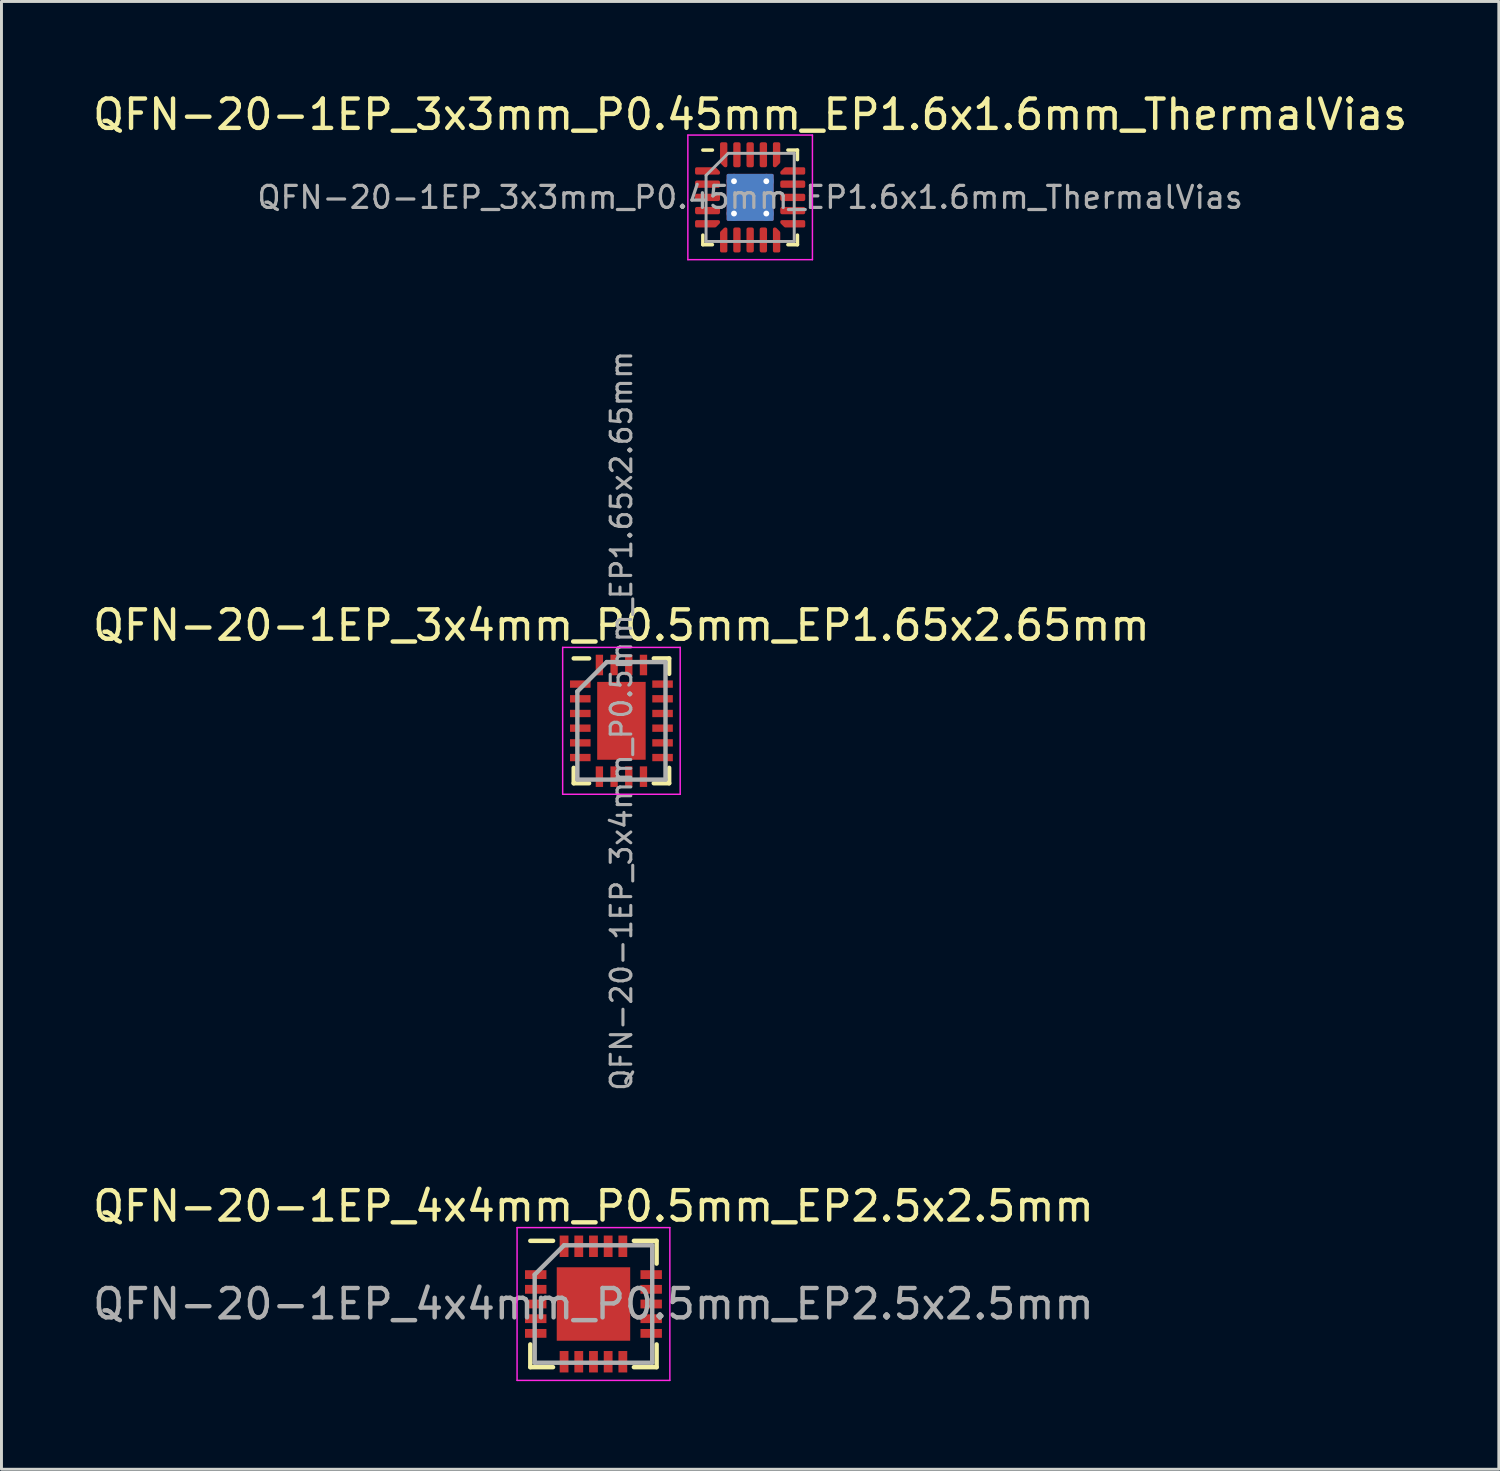
<source format=kicad_pcb>
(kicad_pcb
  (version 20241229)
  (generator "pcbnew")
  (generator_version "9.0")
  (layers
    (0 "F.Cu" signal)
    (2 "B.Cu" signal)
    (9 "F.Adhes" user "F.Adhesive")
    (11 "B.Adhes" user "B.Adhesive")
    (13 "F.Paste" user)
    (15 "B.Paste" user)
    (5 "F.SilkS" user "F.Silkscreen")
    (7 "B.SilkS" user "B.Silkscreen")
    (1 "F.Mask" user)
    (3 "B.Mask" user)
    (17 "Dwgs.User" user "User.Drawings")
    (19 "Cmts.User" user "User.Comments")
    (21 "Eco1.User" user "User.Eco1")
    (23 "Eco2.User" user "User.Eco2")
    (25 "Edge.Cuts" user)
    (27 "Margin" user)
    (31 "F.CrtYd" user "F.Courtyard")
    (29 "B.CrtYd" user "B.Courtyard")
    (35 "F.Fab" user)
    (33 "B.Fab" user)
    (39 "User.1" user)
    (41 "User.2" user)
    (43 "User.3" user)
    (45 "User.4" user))
  (footprint "QFN-20-1EP_3x4mm_P0.5mm_EP1.65x2.65mm"
    (layer "F.Cu")
    (at 18.101 21.484)
    (property "Reference" "QFN-20-1EP_3x4mm_P0.5mm_EP1.65x2.65mm" (at 0 -3.25 0) (layer "F.SilkS") (effects (font (size 1 1) (thickness 0.15))))
    (attr smd)
    (fp_line (start -1.625 -2.125) (end -1.1 -2.125) (stroke (width 0.15) (type solid)) (layer "F.SilkS"))
    (fp_line (start -1.625 2.125) (end -1.625 1.6) (stroke (width 0.15) (type solid)) (layer "F.SilkS"))
    (fp_line (start -1.625 2.125) (end -1.1 2.125) (stroke (width 0.15) (type solid)) (layer "F.SilkS"))
    (fp_line (start 1.625 -2.125) (end 1.1 -2.125) (stroke (width 0.15) (type solid)) (layer "F.SilkS"))
    (fp_line (start 1.625 -2.125) (end 1.625 -1.6) (stroke (width 0.15) (type solid)) (layer "F.SilkS"))
    (fp_line (start 1.625 2.125) (end 1.1 2.125) (stroke (width 0.15) (type solid)) (layer "F.SilkS"))
    (fp_line (start 1.625 2.125) (end 1.625 1.6) (stroke (width 0.15) (type solid)) (layer "F.SilkS"))
    (fp_line (start -2 -2.5) (end -2 2.5) (stroke (width 0.05) (type solid)) (layer "F.CrtYd"))
    (fp_line (start -2 -2.5) (end 2 -2.5) (stroke (width 0.05) (type solid)) (layer "F.CrtYd"))
    (fp_line (start -2 2.5) (end 2 2.5) (stroke (width 0.05) (type solid)) (layer "F.CrtYd"))
    (fp_line (start 2 -2.5) (end 2 2.5) (stroke (width 0.05) (type solid)) (layer "F.CrtYd"))
    (fp_line (start -1.5 -1) (end -0.5 -2) (stroke (width 0.15) (type solid)) (layer "F.Fab"))
    (fp_line (start -1.5 2) (end -1.5 -1) (stroke (width 0.15) (type solid)) (layer "F.Fab"))
    (fp_line (start -0.5 -2) (end 1.5 -2) (stroke (width 0.15) (type solid)) (layer "F.Fab"))
    (fp_line (start 1.5 -2) (end 1.5 2) (stroke (width 0.15) (type solid)) (layer "F.Fab"))
    (fp_line (start 1.5 2) (end -1.5 2) (stroke (width 0.15) (type solid)) (layer "F.Fab"))
    (fp_text user "${REFERENCE}" (at 0 0 90) (layer "F.Fab") (effects (font (size 0.7 0.7) (thickness 0.105))))
    (pad "" smd rect (at -0.412 -0.883) (size 0.67 0.71) (layers "F.Paste"))
    (pad "" smd rect (at -0.412 0) (size 0.67 0.71) (layers "F.Paste"))
    (pad "" smd rect (at -0.412 0.883) (size 0.67 0.71) (layers "F.Paste"))
    (pad "" smd rect (at 0.412 -0.883) (size 0.67 0.71) (layers "F.Paste"))
    (pad "" smd rect (at 0.412 0) (size 0.67 0.71) (layers "F.Paste"))
    (pad "" smd rect (at 0.412 0.883) (size 0.67 0.71) (layers "F.Paste"))
    (pad "1" smd rect (at -1.4 -1.25) (size 0.7 0.25) (layers "F.Cu" "F.Mask" "F.Paste"))
    (pad "2" smd rect (at -1.4 -0.75) (size 0.7 0.25) (layers "F.Cu" "F.Mask" "F.Paste"))
    (pad "3" smd rect (at -1.4 -0.25) (size 0.7 0.25) (layers "F.Cu" "F.Mask" "F.Paste"))
    (pad "4" smd rect (at -1.4 0.25) (size 0.7 0.25) (layers "F.Cu" "F.Mask" "F.Paste"))
    (pad "5" smd rect (at -1.4 0.75) (size 0.7 0.25) (layers "F.Cu" "F.Mask" "F.Paste"))
    (pad "6" smd rect (at -1.4 1.25) (size 0.7 0.25) (layers "F.Cu" "F.Mask" "F.Paste"))
    (pad "7" smd rect (at -0.75 1.9 90) (size 0.7 0.25) (layers "F.Cu" "F.Mask" "F.Paste"))
    (pad "8" smd rect (at -0.25 1.9 90) (size 0.7 0.25) (layers "F.Cu" "F.Mask" "F.Paste"))
    (pad "9" smd rect (at 0.25 1.9 90) (size 0.7 0.25) (layers "F.Cu" "F.Mask" "F.Paste"))
    (pad "10" smd rect (at 0.75 1.9 90) (size 0.7 0.25) (layers "F.Cu" "F.Mask" "F.Paste"))
    (pad "11" smd rect (at 1.4 1.25) (size 0.7 0.25) (layers "F.Cu" "F.Mask" "F.Paste"))
    (pad "12" smd rect (at 1.4 0.75) (size 0.7 0.25) (layers "F.Cu" "F.Mask" "F.Paste"))
    (pad "13" smd rect (at 1.4 0.25) (size 0.7 0.25) (layers "F.Cu" "F.Mask" "F.Paste"))
    (pad "14" smd rect (at 1.4 -0.25) (size 0.7 0.25) (layers "F.Cu" "F.Mask" "F.Paste"))
    (pad "15" smd rect (at 1.4 -0.75) (size 0.7 0.25) (layers "F.Cu" "F.Mask" "F.Paste"))
    (pad "16" smd rect (at 1.4 -1.25) (size 0.7 0.25) (layers "F.Cu" "F.Mask" "F.Paste"))
    (pad "17" smd rect (at 0.75 -1.9 90) (size 0.7 0.25) (layers "F.Cu" "F.Mask" "F.Paste"))
    (pad "18" smd rect (at 0.25 -1.9 90) (size 0.7 0.25) (layers "F.Cu" "F.Mask" "F.Paste"))
    (pad "19" smd rect (at -0.25 -1.9 90) (size 0.7 0.25) (layers "F.Cu" "F.Mask" "F.Paste"))
    (pad "20" smd rect (at -0.75 -1.9 90) (size 0.7 0.25) (layers "F.Cu" "F.Mask" "F.Paste"))
    (pad "21" smd rect (at 0 0) (size 1.65 2.65) (layers "F.Cu" "F.Mask")))
  (footprint "QFN-20-1EP_3x3mm_P0.45mm_EP1.6x1.6mm_ThermalVias"
    (layer "F.Cu")
    (at 22.482 3.668)
    (property "Reference" "QFN-20-1EP_3x3mm_P0.45mm_EP1.6x1.6mm_ThermalVias" (at 0 -2.82 0) (layer "F.SilkS") (effects (font (size 1 1) (thickness 0.15))))
    (attr smd)
    (fp_line (start -1.61 1.61) (end -1.61 1.285) (stroke (width 0.12) (type solid)) (layer "F.SilkS"))
    (fp_line (start -1.285 -1.61) (end -1.61 -1.61) (stroke (width 0.12) (type solid)) (layer "F.SilkS"))
    (fp_line (start -1.285 1.61) (end -1.61 1.61) (stroke (width 0.12) (type solid)) (layer "F.SilkS"))
    (fp_line (start 1.285 -1.61) (end 1.61 -1.61) (stroke (width 0.12) (type solid)) (layer "F.SilkS"))
    (fp_line (start 1.285 1.61) (end 1.61 1.61) (stroke (width 0.12) (type solid)) (layer "F.SilkS"))
    (fp_line (start 1.61 -1.61) (end 1.61 -1.285) (stroke (width 0.12) (type solid)) (layer "F.SilkS"))
    (fp_line (start 1.61 1.61) (end 1.61 1.285) (stroke (width 0.12) (type solid)) (layer "F.SilkS"))
    (fp_line (start -2.12 -2.12) (end -2.12 2.12) (stroke (width 0.05) (type solid)) (layer "F.CrtYd"))
    (fp_line (start -2.12 2.12) (end 2.12 2.12) (stroke (width 0.05) (type solid)) (layer "F.CrtYd"))
    (fp_line (start 2.12 -2.12) (end -2.12 -2.12) (stroke (width 0.05) (type solid)) (layer "F.CrtYd"))
    (fp_line (start 2.12 2.12) (end 2.12 -2.12) (stroke (width 0.05) (type solid)) (layer "F.CrtYd"))
    (fp_line (start -1.5 -0.75) (end -0.75 -1.5) (stroke (width 0.1) (type solid)) (layer "F.Fab"))
    (fp_line (start -1.5 1.5) (end -1.5 -0.75) (stroke (width 0.1) (type solid)) (layer "F.Fab"))
    (fp_line (start -0.75 -1.5) (end 1.5 -1.5) (stroke (width 0.1) (type solid)) (layer "F.Fab"))
    (fp_line (start 1.5 -1.5) (end 1.5 1.5) (stroke (width 0.1) (type solid)) (layer "F.Fab"))
    (fp_line (start 1.5 1.5) (end -1.5 1.5) (stroke (width 0.1) (type solid)) (layer "F.Fab"))
    (fp_text user "${REFERENCE}" (at 0 0 0) (layer "F.Fab") (effects (font (size 0.75 0.75) (thickness 0.11))))
    (pad "" smd roundrect (at -0.4 -0.4) (size 0.69 0.69) (layers "F.Paste") (roundrect_rratio 0.25))
    (pad "" smd roundrect (at -0.4 0.4) (size 0.69 0.69) (layers "F.Paste") (roundrect_rratio 0.25))
    (pad "" smd roundrect (at 0.4 -0.4) (size 0.69 0.69) (layers "F.Paste") (roundrect_rratio 0.25))
    (pad "" smd roundrect (at 0.4 0.4) (size 0.69 0.69) (layers "F.Paste") (roundrect_rratio 0.25))
    (pad "1" smd custom (at -1.45 -0.9) (size 0.144 0.144) (layers "F.Cu" "F.Mask" "F.Paste") (options (anchor circle)) (primitives (gr_poly (pts (xy -0.375 -0.075) (xy 0.254 -0.075) (xy 0.375 0.046) (xy 0.375 0.075) (xy -0.375 0.075)) (width 0.1) (fill yes))))
    (pad "2" smd roundrect (at -1.45 -0.45) (size 0.85 0.25) (layers "F.Cu" "F.Mask" "F.Paste") (roundrect_rratio 0.25))
    (pad "3" smd roundrect (at -1.45 0) (size 0.85 0.25) (layers "F.Cu" "F.Mask" "F.Paste") (roundrect_rratio 0.25))
    (pad "4" smd roundrect (at -1.45 0.45) (size 0.85 0.25) (layers "F.Cu" "F.Mask" "F.Paste") (roundrect_rratio 0.25))
    (pad "5" smd custom (at -1.45 0.9) (size 0.144 0.144) (layers "F.Cu" "F.Mask" "F.Paste") (options (anchor circle)) (primitives (gr_poly (pts (xy -0.375 -0.075) (xy 0.375 -0.075) (xy 0.375 -0.046) (xy 0.254 0.075) (xy -0.375 0.075)) (width 0.1) (fill yes))))
    (pad "6" smd custom (at -0.9 1.45) (size 0.144 0.144) (layers "F.Cu" "F.Mask" "F.Paste") (options (anchor circle)) (primitives (gr_poly (pts (xy -0.075 -0.254) (xy 0.046 -0.375) (xy 0.075 -0.375) (xy 0.075 0.375) (xy -0.075 0.375)) (width 0.1) (fill yes))))
    (pad "7" smd roundrect (at -0.45 1.45) (size 0.25 0.85) (layers "F.Cu" "F.Mask" "F.Paste") (roundrect_rratio 0.25))
    (pad "8" smd roundrect (at 0 1.45) (size 0.25 0.85) (layers "F.Cu" "F.Mask" "F.Paste") (roundrect_rratio 0.25))
    (pad "9" smd roundrect (at 0.45 1.45) (size 0.25 0.85) (layers "F.Cu" "F.Mask" "F.Paste") (roundrect_rratio 0.25))
    (pad "10" smd custom (at 0.9 1.45) (size 0.144 0.144) (layers "F.Cu" "F.Mask" "F.Paste") (options (anchor circle)) (primitives (gr_poly (pts (xy -0.075 -0.375) (xy -0.046 -0.375) (xy 0.075 -0.254) (xy 0.075 0.375) (xy -0.075 0.375)) (width 0.1) (fill yes))))
    (pad "11" smd custom (at 1.45 0.9) (size 0.144 0.144) (layers "F.Cu" "F.Mask" "F.Paste") (options (anchor circle)) (primitives (gr_poly (pts (xy -0.375 -0.075) (xy 0.375 -0.075) (xy 0.375 0.075) (xy -0.254 0.075) (xy -0.375 -0.046)) (width 0.1) (fill yes))))
    (pad "12" smd roundrect (at 1.45 0.45) (size 0.85 0.25) (layers "F.Cu" "F.Mask" "F.Paste") (roundrect_rratio 0.25))
    (pad "13" smd roundrect (at 1.45 0) (size 0.85 0.25) (layers "F.Cu" "F.Mask" "F.Paste") (roundrect_rratio 0.25))
    (pad "14" smd roundrect (at 1.45 -0.45) (size 0.85 0.25) (layers "F.Cu" "F.Mask" "F.Paste") (roundrect_rratio 0.25))
    (pad "15" smd custom (at 1.45 -0.9) (size 0.144 0.144) (layers "F.Cu" "F.Mask" "F.Paste") (options (anchor circle)) (primitives (gr_poly (pts (xy -0.375 0.046) (xy -0.254 -0.075) (xy 0.375 -0.075) (xy 0.375 0.075) (xy -0.375 0.075)) (width 0.1) (fill yes))))
    (pad "16" smd custom (at 0.9 -1.45) (size 0.144 0.144) (layers "F.Cu" "F.Mask" "F.Paste") (options (anchor circle)) (primitives (gr_poly (pts (xy -0.075 -0.375) (xy 0.075 -0.375) (xy 0.075 0.254) (xy -0.046 0.375) (xy -0.075 0.375)) (width 0.1) (fill yes))))
    (pad "17" smd roundrect (at 0.45 -1.45) (size 0.25 0.85) (layers "F.Cu" "F.Mask" "F.Paste") (roundrect_rratio 0.25))
    (pad "18" smd roundrect (at 0 -1.45) (size 0.25 0.85) (layers "F.Cu" "F.Mask" "F.Paste") (roundrect_rratio 0.25))
    (pad "19" smd roundrect (at -0.45 -1.45) (size 0.25 0.85) (layers "F.Cu" "F.Mask" "F.Paste") (roundrect_rratio 0.25))
    (pad "20" smd custom (at -0.9 -1.45) (size 0.144 0.144) (layers "F.Cu" "F.Mask" "F.Paste") (options (anchor circle)) (primitives (gr_poly (pts (xy -0.075 -0.375) (xy 0.075 -0.375) (xy 0.075 0.375) (xy 0.046 0.375) (xy -0.075 0.254)) (width 0.1) (fill yes))))
    (pad "21" thru_hole circle (at -0.55 -0.55) (size 0.5 0.5) (drill 0.2) (layers "*.Cu"))
    (pad "21" thru_hole circle (at -0.55 0.55) (size 0.5 0.5) (drill 0.2) (layers "*.Cu"))
    (pad "21" smd roundrect (at 0 0) (size 1.6 1.6) (layers "F.Cu" "F.Mask") (roundrect_rratio 0.031))
    (pad "21" smd roundrect (at 0 0) (size 1.6 1.6) (layers "B.Cu") (roundrect_rratio 0.031))
    (pad "21" thru_hole circle (at 0.55 -0.55) (size 0.5 0.5) (drill 0.2) (layers "*.Cu"))
    (pad "21" thru_hole circle (at 0.55 0.55) (size 0.5 0.5) (drill 0.2) (layers "*.Cu")))
  (footprint "QFN-20-1EP_4x4mm_P0.5mm_EP2.5x2.5mm"
    (layer "F.Cu")
    (at 17.149 41.333)
    (property "Reference" "QFN-20-1EP_4x4mm_P0.5mm_EP2.5x2.5mm" (at 0 -3.33 0) (layer "F.SilkS") (effects (font (size 1 1) (thickness 0.15))))
    (attr smd)
    (fp_line (start -2.15 -2.15) (end -1.375 -2.15) (stroke (width 0.15) (type solid)) (layer "F.SilkS"))
    (fp_line (start -2.15 2.15) (end -2.15 1.375) (stroke (width 0.15) (type solid)) (layer "F.SilkS"))
    (fp_line (start -2.15 2.15) (end -1.375 2.15) (stroke (width 0.15) (type solid)) (layer "F.SilkS"))
    (fp_line (start 2.15 -2.15) (end 1.375 -2.15) (stroke (width 0.15) (type solid)) (layer "F.SilkS"))
    (fp_line (start 2.15 -2.15) (end 2.15 -1.375) (stroke (width 0.15) (type solid)) (layer "F.SilkS"))
    (fp_line (start 2.15 2.15) (end 1.375 2.15) (stroke (width 0.15) (type solid)) (layer "F.SilkS"))
    (fp_line (start 2.15 2.15) (end 2.15 1.375) (stroke (width 0.15) (type solid)) (layer "F.SilkS"))
    (fp_line (start -2.6 -2.6) (end -2.6 2.6) (stroke (width 0.05) (type solid)) (layer "F.CrtYd"))
    (fp_line (start -2.6 -2.6) (end 2.6 -2.6) (stroke (width 0.05) (type solid)) (layer "F.CrtYd"))
    (fp_line (start -2.6 2.6) (end 2.6 2.6) (stroke (width 0.05) (type solid)) (layer "F.CrtYd"))
    (fp_line (start 2.6 -2.6) (end 2.6 2.6) (stroke (width 0.05) (type solid)) (layer "F.CrtYd"))
    (fp_line (start -2 -1) (end -1 -2) (stroke (width 0.15) (type solid)) (layer "F.Fab"))
    (fp_line (start -2 2) (end -2 -1) (stroke (width 0.15) (type solid)) (layer "F.Fab"))
    (fp_line (start -1 -2) (end 2 -2) (stroke (width 0.15) (type solid)) (layer "F.Fab"))
    (fp_line (start 2 -2) (end 2 2) (stroke (width 0.15) (type solid)) (layer "F.Fab"))
    (fp_line (start 2 2) (end -2 2) (stroke (width 0.15) (type solid)) (layer "F.Fab"))
    (fp_text user "${REFERENCE}" (at 0 0 0) (layer "F.Fab") (effects (font (size 1 1) (thickness 0.15))))
    (pad "" smd rect (at -0.625 -0.625) (size 1.05 1.05) (layers "F.Paste"))
    (pad "" smd rect (at -0.625 0.625) (size 1.05 1.05) (layers "F.Paste"))
    (pad "" smd rect (at 0.625 -0.625) (size 1.05 1.05) (layers "F.Paste"))
    (pad "" smd rect (at 0.625 0.625) (size 1.05 1.05) (layers "F.Paste"))
    (pad "1" smd rect (at -1.965 -1) (size 0.73 0.3) (layers "F.Cu" "F.Mask" "F.Paste"))
    (pad "2" smd rect (at -1.965 -0.5) (size 0.73 0.3) (layers "F.Cu" "F.Mask" "F.Paste"))
    (pad "3" smd rect (at -1.965 0) (size 0.73 0.3) (layers "F.Cu" "F.Mask" "F.Paste"))
    (pad "4" smd rect (at -1.965 0.5) (size 0.73 0.3) (layers "F.Cu" "F.Mask" "F.Paste"))
    (pad "5" smd rect (at -1.965 1) (size 0.73 0.3) (layers "F.Cu" "F.Mask" "F.Paste"))
    (pad "6" smd rect (at -1 1.965 90) (size 0.73 0.3) (layers "F.Cu" "F.Mask" "F.Paste"))
    (pad "7" smd rect (at -0.5 1.965 90) (size 0.73 0.3) (layers "F.Cu" "F.Mask" "F.Paste"))
    (pad "8" smd rect (at 0 1.965 90) (size 0.73 0.3) (layers "F.Cu" "F.Mask" "F.Paste"))
    (pad "9" smd rect (at 0.5 1.965 90) (size 0.73 0.3) (layers "F.Cu" "F.Mask" "F.Paste"))
    (pad "10" smd rect (at 1 1.965 90) (size 0.73 0.3) (layers "F.Cu" "F.Mask" "F.Paste"))
    (pad "11" smd rect (at 1.965 1) (size 0.73 0.3) (layers "F.Cu" "F.Mask" "F.Paste"))
    (pad "12" smd rect (at 1.965 0.5) (size 0.73 0.3) (layers "F.Cu" "F.Mask" "F.Paste"))
    (pad "13" smd rect (at 1.965 0) (size 0.73 0.3) (layers "F.Cu" "F.Mask" "F.Paste"))
    (pad "14" smd rect (at 1.965 -0.5) (size 0.73 0.3) (layers "F.Cu" "F.Mask" "F.Paste"))
    (pad "15" smd rect (at 1.965 -1) (size 0.73 0.3) (layers "F.Cu" "F.Mask" "F.Paste"))
    (pad "16" smd rect (at 1 -1.965 90) (size 0.73 0.3) (layers "F.Cu" "F.Mask" "F.Paste"))
    (pad "17" smd rect (at 0.5 -1.965 90) (size 0.73 0.3) (layers "F.Cu" "F.Mask" "F.Paste"))
    (pad "18" smd rect (at 0 -1.965 90) (size 0.73 0.3) (layers "F.Cu" "F.Mask" "F.Paste"))
    (pad "19" smd rect (at -0.5 -1.965 90) (size 0.73 0.3) (layers "F.Cu" "F.Mask" "F.Paste"))
    (pad "20" smd rect (at -1 -1.965 90) (size 0.73 0.3) (layers "F.Cu" "F.Mask" "F.Paste"))
    (pad "21" smd rect (at 0 0) (size 2.5 2.5) (layers "F.Cu" "F.Mask")))
  (gr_rect
    (start -3 -3)
    (end 47.964 46.958)
    (stroke (width 0.1) (type default))
    (fill no)
    (layer "Edge.Cuts")))
</source>
